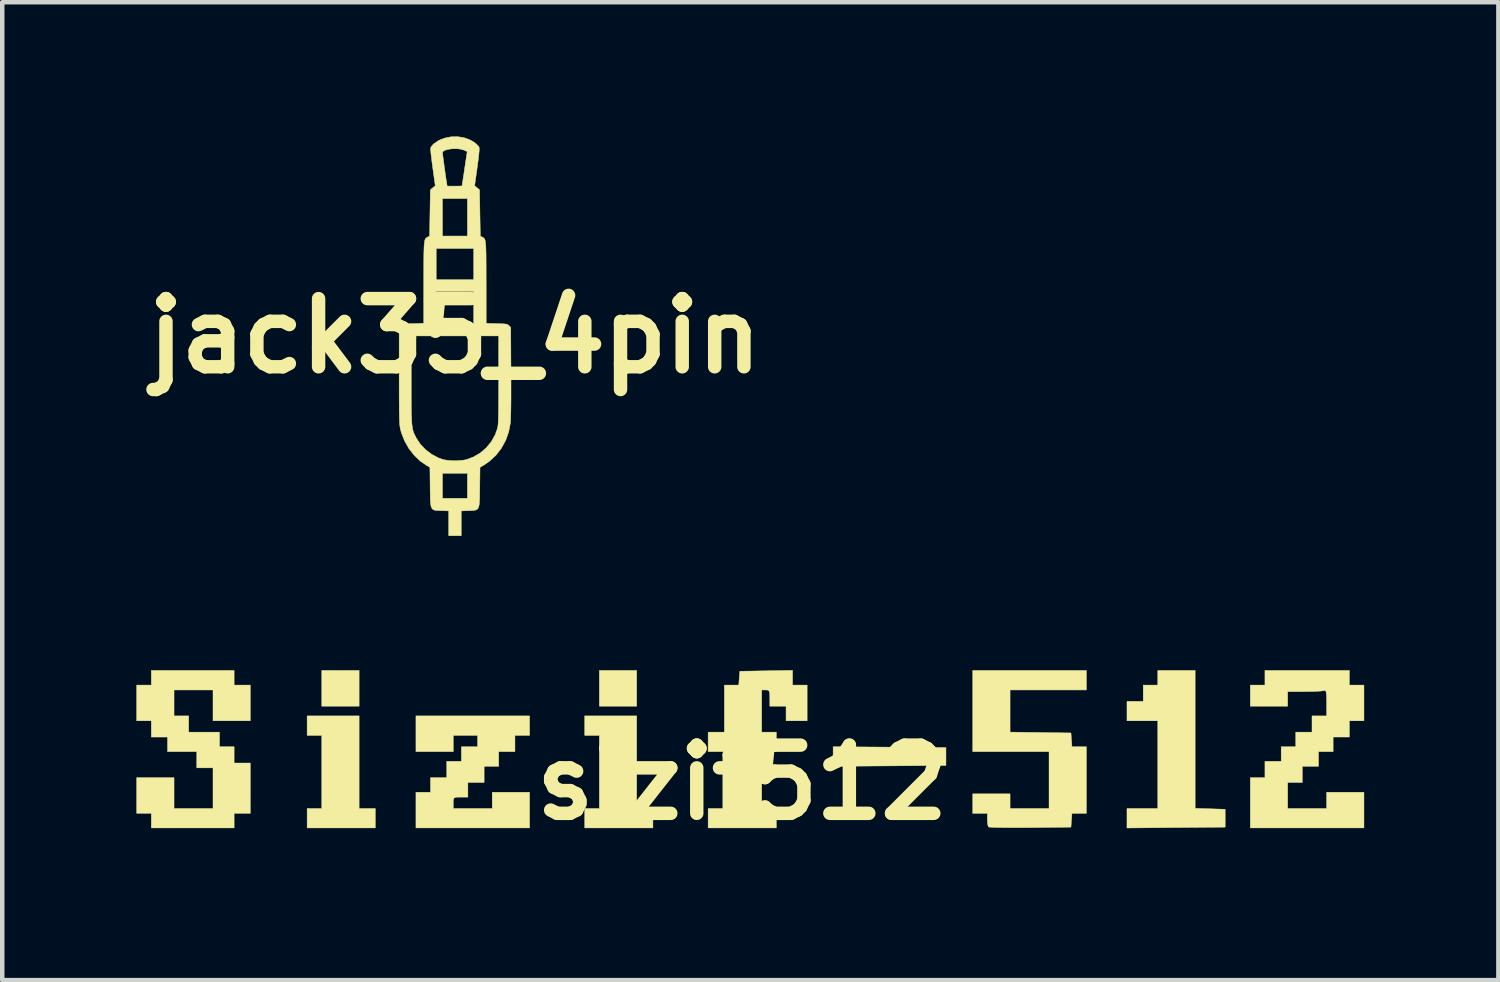
<source format=kicad_pcb>
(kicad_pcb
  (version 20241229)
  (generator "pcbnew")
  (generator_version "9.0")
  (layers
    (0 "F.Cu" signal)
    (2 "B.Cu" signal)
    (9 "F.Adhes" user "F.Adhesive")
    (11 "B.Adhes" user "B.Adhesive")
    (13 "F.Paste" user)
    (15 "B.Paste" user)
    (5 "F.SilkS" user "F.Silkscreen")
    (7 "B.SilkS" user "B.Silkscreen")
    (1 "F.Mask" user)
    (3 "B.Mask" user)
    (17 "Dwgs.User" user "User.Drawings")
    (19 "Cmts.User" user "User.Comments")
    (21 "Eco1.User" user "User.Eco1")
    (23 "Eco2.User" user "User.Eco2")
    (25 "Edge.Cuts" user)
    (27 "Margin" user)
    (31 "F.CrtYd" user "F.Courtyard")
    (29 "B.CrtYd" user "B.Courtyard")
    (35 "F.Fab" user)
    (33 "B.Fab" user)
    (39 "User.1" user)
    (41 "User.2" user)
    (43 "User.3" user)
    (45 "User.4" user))
  (footprint "jack35_4pin"
    (layer "F.Cu")
    (at 7.119 4.459)
    (property "Reference" "jack35_4pin" (at 0 0 0) (layer "F.SilkS") (effects (font (size 1.524 1.524) (thickness 0.3))))
    (attr through_hole allow_missing_courtyard)
    (fp_poly (pts (xy 0.204 -4.431) (xy 0.323 -4.389) (xy 0.404 -4.345) (xy 0.473 -4.295) (xy 0.523 -4.244) (xy 0.541 -4.213) (xy 0.543 -4.183) (xy 0.54 -4.12) (xy 0.531 -4.03) (xy 0.517 -3.913) (xy 0.498 -3.773) (xy 0.498 -3.767) (xy 0.44 -3.358) (xy 0.495 -3.312) (xy 0.55 -3.266) (xy 0.558 -2.749) (xy 0.567 -2.232) (xy 0.61 -2.21) (xy 0.629 -2.2) (xy 0.645 -2.189) (xy 0.658 -2.174) (xy 0.669 -2.152) (xy 0.677 -2.12) (xy 0.684 -2.075) (xy 0.689 -2.015) (xy 0.692 -1.937) (xy 0.695 -1.838) (xy 0.696 -1.715) (xy 0.697 -1.565) (xy 0.697 -1.386) (xy 0.698 -1.192) (xy 0.698 -0.282) (xy 0.933 -0.276) (xy 1.029 -0.273) (xy 1.096 -0.27) (xy 1.141 -0.265) (xy 1.171 -0.256) (xy 1.193 -0.244) (xy 1.208 -0.231) (xy 1.247 -0.191) (xy 1.252 0.79) (xy 1.253 1.011) (xy 1.253 1.216) (xy 1.253 1.402) (xy 1.251 1.566) (xy 1.249 1.705) (xy 1.246 1.817) (xy 1.243 1.898) (xy 1.24 1.94) (xy 1.202 2.142) (xy 1.134 2.334) (xy 1.038 2.509) (xy 0.917 2.666) (xy 0.772 2.8) (xy 0.655 2.881) (xy 0.56 2.938) (xy 0.555 3.379) (xy 0.553 3.527) (xy 0.551 3.643) (xy 0.546 3.733) (xy 0.537 3.798) (xy 0.522 3.844) (xy 0.499 3.874) (xy 0.467 3.891) (xy 0.423 3.899) (xy 0.367 3.903) (xy 0.305 3.905) (xy 0.14 3.911) (xy 0.14 4.466) (xy -0.14 4.466) (xy -0.14 3.911) (xy -0.305 3.905) (xy -0.374 3.903) (xy -0.429 3.899) (xy -0.471 3.889) (xy -0.502 3.871) (xy -0.524 3.839) (xy -0.538 3.791) (xy -0.547 3.723) (xy -0.551 3.631) (xy -0.553 3.511) (xy -0.555 3.378) (xy -0.558 3.07) (xy -0.279 3.07) (xy -0.279 3.629) (xy 0.279 3.629) (xy 0.279 3.07) (xy -0.279 3.07) (xy -0.558 3.07) (xy -0.56 2.936) (xy -0.63 2.897) (xy -0.778 2.795) (xy -0.913 2.665) (xy -1.031 2.514) (xy -1.126 2.346) (xy -1.196 2.169) (xy -1.216 2.095) (xy -1.223 2.065) (xy -1.228 2.032) (xy -1.233 1.994) (xy -1.237 1.947) (xy -1.24 1.888) (xy -1.242 1.815) (xy -1.244 1.725) (xy -1.245 1.615) (xy -1.246 1.482) (xy -1.247 1.323) (xy -1.247 1.136) (xy -1.247 0.916) (xy -1.247 0.886) (xy -1.247 0) (xy -0.977 0) (xy -0.977 0.982) (xy -0.977 1.203) (xy -0.977 1.393) (xy -0.976 1.554) (xy -0.974 1.689) (xy -0.971 1.801) (xy -0.967 1.894) (xy -0.962 1.97) (xy -0.954 2.033) (xy -0.945 2.085) (xy -0.933 2.131) (xy -0.918 2.172) (xy -0.9 2.211) (xy -0.879 2.253) (xy -0.863 2.285) (xy -0.773 2.42) (xy -0.657 2.542) (xy -0.521 2.645) (xy -0.373 2.724) (xy -0.26 2.764) (xy -0.168 2.78) (xy -0.056 2.788) (xy 0.062 2.788) (xy 0.173 2.779) (xy 0.252 2.765) (xy 0.416 2.704) (xy 0.567 2.615) (xy 0.701 2.499) (xy 0.813 2.363) (xy 0.899 2.21) (xy 0.951 2.064) (xy 0.957 2.037) (xy 0.962 2.001) (xy 0.966 1.954) (xy 0.969 1.892) (xy 0.972 1.814) (xy 0.974 1.716) (xy 0.975 1.596) (xy 0.976 1.45) (xy 0.977 1.276) (xy 0.977 1.071) (xy 0.977 0.982) (xy 0.977 0) (xy -0.977 0) (xy -1.247 0) (xy -1.247 -0.191) (xy -1.208 -0.231) (xy -1.189 -0.247) (xy -1.167 -0.258) (xy -1.134 -0.266) (xy -1.085 -0.271) (xy -1.013 -0.274) (xy -0.933 -0.276) (xy -0.698 -0.282) (xy -0.698 -0.994) (xy -0.419 -0.994) (xy -0.419 -0.279) (xy 0.419 -0.279) (xy 0.419 -0.994) (xy -0.419 -0.994) (xy -0.698 -0.994) (xy -0.698 -1.192) (xy -0.697 -1.401) (xy -0.697 -1.578) (xy -0.696 -1.725) (xy -0.695 -1.846) (xy -0.692 -1.944) (xy -0.692 -1.954) (xy -0.419 -1.954) (xy -0.419 -1.256) (xy 0.419 -1.256) (xy 0.419 -1.954) (xy -0.419 -1.954) (xy -0.692 -1.954) (xy -0.689 -2.021) (xy -0.683 -2.079) (xy -0.677 -2.123) (xy -0.668 -2.154) (xy -0.657 -2.175) (xy -0.644 -2.19) (xy -0.628 -2.201) (xy -0.61 -2.21) (xy -0.567 -2.232) (xy -0.558 -2.749) (xy -0.553 -3.07) (xy -0.279 -3.07) (xy -0.279 -2.233) (xy 0.279 -2.233) (xy 0.279 -3.07) (xy -0.279 -3.07) (xy -0.553 -3.07) (xy -0.55 -3.266) (xy -0.495 -3.312) (xy -0.44 -3.358) (xy -0.496 -3.758) (xy -0.512 -3.875) (xy -0.525 -3.981) (xy -0.536 -4.072) (xy -0.538 -4.1) (xy -0.279 -4.1) (xy -0.277 -4.074) (xy -0.27 -4.02) (xy -0.26 -3.946) (xy -0.248 -3.856) (xy -0.235 -3.759) (xy -0.221 -3.661) (xy -0.208 -3.568) (xy -0.196 -3.488) (xy -0.186 -3.426) (xy -0.183 -3.406) (xy -0.173 -3.349) (xy -0.008 -3.349) (xy 0.063 -3.35) (xy 0.119 -3.351) (xy 0.152 -3.353) (xy 0.158 -3.354) (xy 0.161 -3.372) (xy 0.168 -3.419) (xy 0.179 -3.491) (xy 0.193 -3.582) (xy 0.209 -3.688) (xy 0.216 -3.74) (xy 0.274 -4.121) (xy 0.202 -4.154) (xy 0.138 -4.173) (xy 0.061 -4.184) (xy -0.022 -4.185) (xy -0.104 -4.179) (xy -0.178 -4.165) (xy -0.236 -4.145) (xy -0.271 -4.12) (xy -0.279 -4.1) (xy -0.538 -4.1) (xy -0.542 -4.143) (xy -0.545 -4.188) (xy -0.544 -4.199) (xy -0.527 -4.234) (xy -0.492 -4.277) (xy -0.474 -4.294) (xy -0.363 -4.37) (xy -0.232 -4.422) (xy -0.089 -4.451) (xy 0.059 -4.454) (xy 0.204 -4.431)) (stroke (width 0.01) (type solid)) (fill yes) (layer "F.SilkS")))
  (footprint "sizif512"
    (layer "F.Cu")
    (at 13.54 14.44)
    (property "Reference" "sizif512" (at 0 0 0) (layer "F.SilkS") (effects (font (size 1.524 1.524) (thickness 0.3))))
    (attr through_hole allow_missing_courtyard)
    (fp_poly (pts (xy -8.563 -1.705) (xy -9.398 -1.705) (xy -9.398 -2.504) (xy -8.563 -2.504) (xy -8.563 -1.705)) (stroke (width 0.01) (type solid)) (fill yes) (layer "F.SilkS"))
    (fp_poly (pts (xy -2.359 -1.705) (xy -3.193 -1.705) (xy -3.193 -2.504) (xy -2.359 -2.504) (xy -2.359 -1.705)) (stroke (width 0.01) (type solid)) (fill yes) (layer "F.SilkS"))
    (fp_poly (pts (xy 3.293 -0.79) (xy 4.554 -0.78) (xy 4.554 -0.381) (xy 3.293 -0.371) (xy 2.032 -0.362) (xy 2.032 -0.799) (xy 3.293 -0.79)) (stroke (width 0.01) (type solid)) (fill yes) (layer "F.SilkS"))
    (fp_poly (pts (xy -8.563 0.581) (xy -8.201 0.581) (xy -8.201 1.016) (xy -9.725 1.016) (xy -9.725 0.581) (xy -9.398 0.581) (xy -9.398 -1.052) (xy -9.725 -1.052) (xy -9.725 -1.488) (xy -8.563 -1.488) (xy -8.563 0.581)) (stroke (width 0.01) (type solid)) (fill yes) (layer "F.SilkS"))
    (fp_poly (pts (xy -2.359 0.581) (xy -1.996 0.581) (xy -1.996 1.016) (xy -3.52 1.016) (xy -3.52 0.581) (xy -3.193 0.581) (xy -3.193 -1.052) (xy -3.52 -1.052) (xy -3.52 -1.488) (xy -2.359 -1.488) (xy -2.359 0.581)) (stroke (width 0.01) (type solid)) (fill yes) (layer "F.SilkS"))
    (fp_poly (pts (xy 10.124 0.578) (xy 10.459 0.588) (xy 10.795 0.599) (xy 10.795 0.998) (xy 9.697 1.007) (xy 8.6 1.017) (xy 8.6 0.581) (xy 9.289 0.581) (xy 9.289 -1.379) (xy 8.6 -1.379) (xy 8.6 -1.814) (xy 8.963 -1.814) (xy 8.963 -2.177) (xy 9.289 -2.177) (xy 9.289 -2.504) (xy 10.124 -2.504) (xy 10.124 0.578)) (stroke (width 0.01) (type solid)) (fill yes) (layer "F.SilkS"))
    (fp_poly (pts (xy 7.693 -2.068) (xy 5.987 -2.068) (xy 5.987 -1.126) (xy 7.348 -1.107) (xy 7.359 -0.953) (xy 7.37 -0.798) (xy 7.693 -0.798) (xy 7.693 0.689) (xy 7.37 0.689) (xy 7.359 0.844) (xy 7.348 0.998) (xy 6.438 1.008) (xy 6.188 1.009) (xy 5.963 1.009) (xy 5.771 1.007) (xy 5.624 1.003) (xy 5.532 0.998) (xy 5.504 0.992) (xy 5.488 0.943) (xy 5.479 0.852) (xy 5.479 0.829) (xy 5.479 0.689) (xy 5.153 0.689) (xy 5.153 0.254) (xy 5.987 0.254) (xy 5.987 0.581) (xy 6.858 0.581) (xy 6.858 -0.689) (xy 5.153 -0.689) (xy 5.153 -2.504) (xy 7.693 -2.504) (xy 7.693 -2.068)) (stroke (width 0.01) (type solid)) (fill yes) (layer "F.SilkS"))
    (fp_poly (pts (xy 1.125 -2.177) (xy 1.451 -2.177) (xy 1.451 -1.379) (xy 0.98 -1.379) (xy 0.98 -1.705) (xy 0.617 -1.705) (xy 0.617 -1.887) (xy 0.614 -1.995) (xy 0.599 -2.048) (xy 0.563 -2.067) (xy 0.526 -2.068) (xy 0.435 -2.068) (xy 0.435 -1.125) (xy 0.762 -1.125) (xy 0.762 -0.689) (xy 0.435 -0.689) (xy 0.435 0.581) (xy 0.762 0.581) (xy 0.762 1.016) (xy -0.762 1.016) (xy -0.762 0.581) (xy -0.399 0.581) (xy -0.399 -0.689) (xy -0.762 -0.689) (xy -0.762 -1.125) (xy -0.399 -1.125) (xy -0.399 -2.177) (xy -0.077 -2.177) (xy -0.066 -2.331) (xy -0.054 -2.486) (xy 0.535 -2.496) (xy 1.125 -2.506) (xy 1.125 -2.177)) (stroke (width 0.01) (type solid)) (fill yes) (layer "F.SilkS"))
    (fp_poly (pts (xy -4.753 -1.052) (xy -5.08 -1.052) (xy -5.08 -0.689) (xy -5.443 -0.689) (xy -5.443 -0.363) (xy -5.769 -0.363) (xy -5.769 0) (xy -6.132 0) (xy -6.132 0.327) (xy -6.296 0.327) (xy -6.396 0.329) (xy -6.443 0.348) (xy -6.458 0.397) (xy -6.459 0.454) (xy -6.459 0.581) (xy -5.588 0.581) (xy -5.588 0.218) (xy -4.753 0.218) (xy -4.753 1.016) (xy -7.293 1.016) (xy -7.293 0.218) (xy -6.967 0.218) (xy -6.967 -0.109) (xy -6.604 -0.109) (xy -6.604 -0.472) (xy -6.277 -0.472) (xy -6.277 -0.798) (xy -5.915 -0.798) (xy -5.915 -1.052) (xy -6.459 -1.052) (xy -6.459 -0.689) (xy -7.293 -0.689) (xy -7.293 -1.488) (xy -4.753 -1.488) (xy -4.753 -1.052)) (stroke (width 0.01) (type solid)) (fill yes) (layer "F.SilkS"))
    (fp_poly (pts (xy -11.357 -2.177) (xy -10.995 -2.177) (xy -10.995 -1.379) (xy -11.829 -1.379) (xy -11.829 -2.068) (xy -12.7 -2.068) (xy -12.7 -1.488) (xy -12.373 -1.488) (xy -12.373 -1.125) (xy -11.684 -1.125) (xy -11.684 -0.798) (xy -11.357 -0.798) (xy -11.357 -0.435) (xy -10.995 -0.435) (xy -10.995 0.689) (xy -11.357 0.689) (xy -11.357 1.016) (xy -13.208 1.016) (xy -13.208 0.689) (xy -13.535 0.689) (xy -13.535 -0.109) (xy -12.7 -0.109) (xy -12.7 0.581) (xy -11.829 0.581) (xy -11.829 -0.327) (xy -12.192 -0.327) (xy -12.192 -0.689) (xy -12.845 -0.689) (xy -12.845 -1.016) (xy -13.208 -1.016) (xy -13.208 -1.379) (xy -13.535 -1.379) (xy -13.535 -2.177) (xy -13.208 -2.177) (xy -13.208 -2.504) (xy -11.357 -2.504) (xy -11.357 -2.177)) (stroke (width 0.01) (type solid)) (fill yes) (layer "F.SilkS"))
    (fp_poly (pts (xy 13.571 -2.177) (xy 13.897 -2.177) (xy 13.897 -1.379) (xy 13.571 -1.379) (xy 13.571 -1.016) (xy 13.208 -1.016) (xy 13.208 -0.689) (xy 12.881 -0.689) (xy 12.881 -0.363) (xy 12.519 -0.363) (xy 12.519 0) (xy 12.192 0) (xy 12.192 0.581) (xy 13.063 0.581) (xy 13.063 0.218) (xy 13.897 0.218) (xy 13.897 1.016) (xy 11.357 1.016) (xy 11.357 -0.109) (xy 11.684 -0.109) (xy 11.684 -0.472) (xy 12.047 -0.472) (xy 12.047 -0.798) (xy 12.373 -0.798) (xy 12.373 -1.125) (xy 12.736 -1.125) (xy 12.736 -1.488) (xy 13.063 -1.488) (xy 13.063 -1.782) (xy 13.061 -1.928) (xy 13.054 -2.014) (xy 13.039 -2.052) (xy 13.013 -2.057) (xy 13.005 -2.054) (xy 12.947 -2.045) (xy 12.833 -2.037) (xy 12.684 -2.033) (xy 12.57 -2.032) (xy 12.192 -2.032) (xy 12.192 -1.705) (xy 11.357 -1.705) (xy 11.357 -2.177) (xy 11.684 -2.177) (xy 11.684 -2.504) (xy 13.571 -2.504) (xy 13.571 -2.177)) (stroke (width 0.01) (type solid)) (fill yes) (layer "F.SilkS")))
  (gr_rect
    (start -3 -3)
    (end 30.442 18.858)
    (stroke (width 0.1) (type default))
    (fill no)
    (layer "Edge.Cuts")))
</source>
